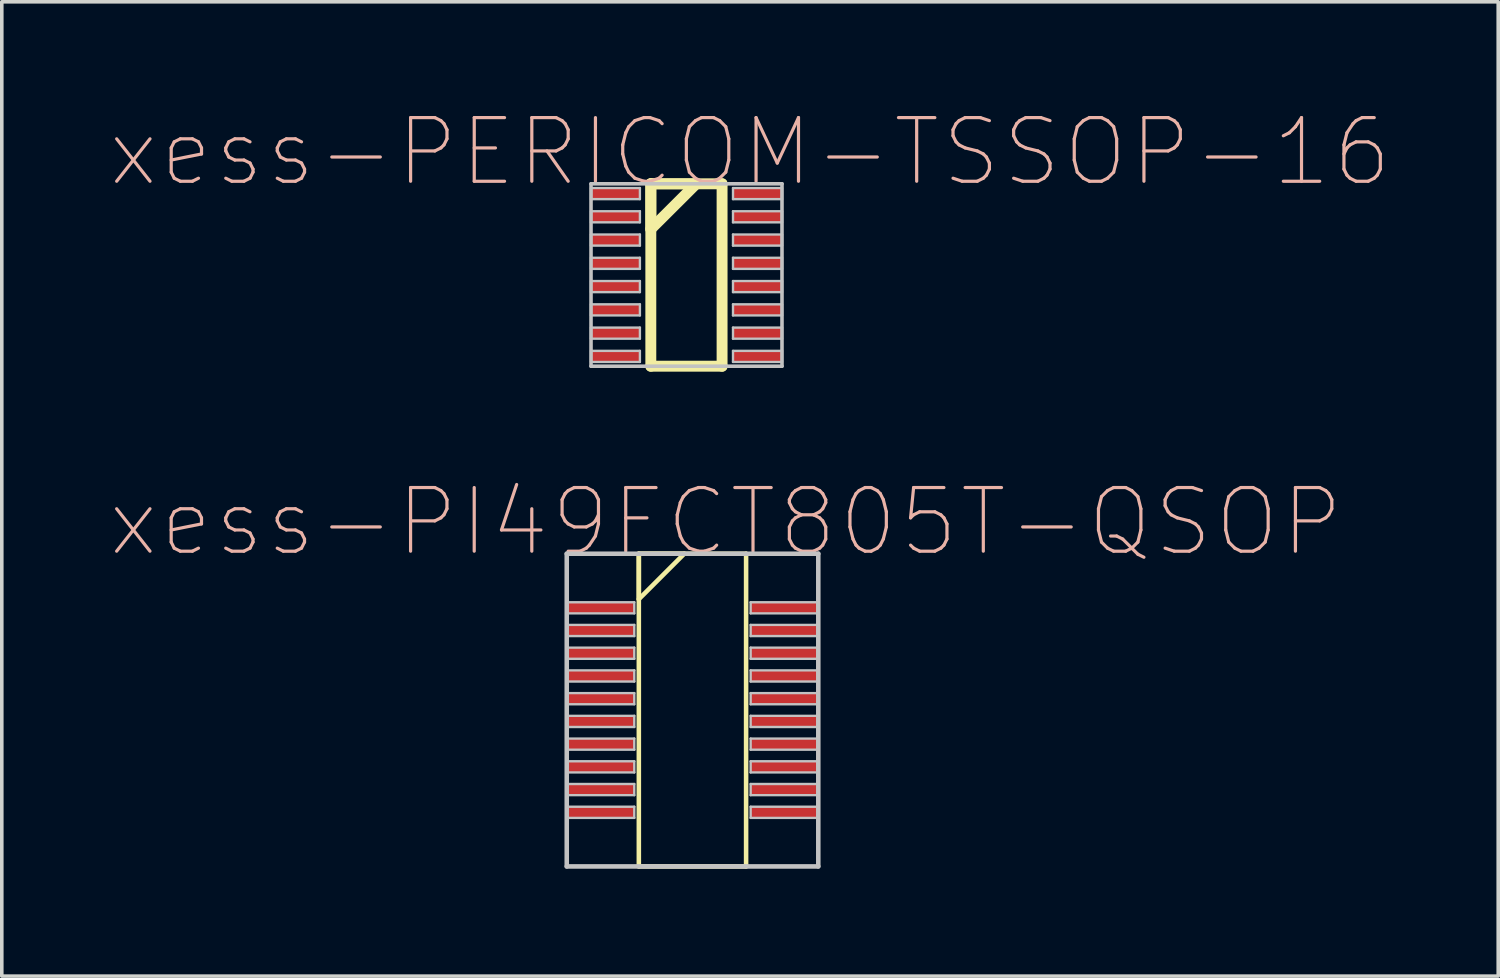
<source format=kicad_pcb>
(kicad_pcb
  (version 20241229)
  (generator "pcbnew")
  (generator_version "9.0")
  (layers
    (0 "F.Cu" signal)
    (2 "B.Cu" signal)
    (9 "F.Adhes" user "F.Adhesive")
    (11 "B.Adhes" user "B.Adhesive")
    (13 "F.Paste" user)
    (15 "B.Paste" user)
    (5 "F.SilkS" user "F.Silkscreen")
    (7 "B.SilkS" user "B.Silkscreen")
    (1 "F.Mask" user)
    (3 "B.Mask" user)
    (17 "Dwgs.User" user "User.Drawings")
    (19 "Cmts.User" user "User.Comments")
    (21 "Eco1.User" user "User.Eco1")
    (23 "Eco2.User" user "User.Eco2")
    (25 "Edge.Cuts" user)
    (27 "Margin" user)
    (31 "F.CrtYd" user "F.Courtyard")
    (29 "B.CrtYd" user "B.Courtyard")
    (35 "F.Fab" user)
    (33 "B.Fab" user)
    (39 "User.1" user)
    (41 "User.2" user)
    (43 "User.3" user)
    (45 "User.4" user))
  (footprint "xess-PI49FCT805T-QSOP"
    (layer "F.Cu")
    (at 13.839 13.932)
    (property "Reference" "xess-PI49FCT805T-QSOP" (at 3.388 -2.4 0) (layer "B.SilkS") (effects (font (size 1.778 1.778) (thickness 0.089))))
    (attr smd)
    (fp_line (start 0.96 -1.511) (end 0.96 -0.241) (stroke (width 0.127) (type solid)) (layer "F.SilkS"))
    (fp_line (start 0.96 -1.511) (end 0.96 7.226) (stroke (width 0.127) (type solid)) (layer "F.SilkS"))
    (fp_line (start 0.96 -0.241) (end 2.23 -1.511) (stroke (width 0.127) (type solid)) (layer "F.SilkS"))
    (fp_line (start 0.96 7.226) (end 3.957 7.226) (stroke (width 0.127) (type solid)) (layer "F.SilkS"))
    (fp_line (start 2.23 -1.511) (end 0.96 -1.511) (stroke (width 0.127) (type solid)) (layer "F.SilkS"))
    (fp_line (start 3.957 -1.511) (end 0.96 -1.511) (stroke (width 0.127) (type solid)) (layer "F.SilkS"))
    (fp_line (start 3.957 7.226) (end 3.957 -1.511) (stroke (width 0.127) (type solid)) (layer "F.SilkS"))
    (fp_line (start -1.054 -1.511) (end -1.054 7.226) (stroke (width 0.127) (type solid)) (layer "Dwgs.User"))
    (fp_line (start -1.054 -0.155) (end 0.833 -0.155) (stroke (width 0.066) (type solid)) (layer "Dwgs.User"))
    (fp_line (start -1.054 0.155) (end -1.054 -0.155) (stroke (width 0.066) (type solid)) (layer "Dwgs.User"))
    (fp_line (start -1.054 0.155) (end 0.833 0.155) (stroke (width 0.066) (type solid)) (layer "Dwgs.User"))
    (fp_line (start -1.054 0.478) (end 0.833 0.478) (stroke (width 0.066) (type solid)) (layer "Dwgs.User"))
    (fp_line (start -1.054 0.79) (end -1.054 0.478) (stroke (width 0.066) (type solid)) (layer "Dwgs.User"))
    (fp_line (start -1.054 0.79) (end 0.833 0.79) (stroke (width 0.066) (type solid)) (layer "Dwgs.User"))
    (fp_line (start -1.054 1.113) (end 0.833 1.113) (stroke (width 0.066) (type solid)) (layer "Dwgs.User"))
    (fp_line (start -1.054 1.425) (end -1.054 1.113) (stroke (width 0.066) (type solid)) (layer "Dwgs.User"))
    (fp_line (start -1.054 1.425) (end 0.833 1.425) (stroke (width 0.066) (type solid)) (layer "Dwgs.User"))
    (fp_line (start -1.054 1.748) (end 0.833 1.748) (stroke (width 0.066) (type solid)) (layer "Dwgs.User"))
    (fp_line (start -1.054 2.06) (end -1.054 1.748) (stroke (width 0.066) (type solid)) (layer "Dwgs.User"))
    (fp_line (start -1.054 2.06) (end 0.833 2.06) (stroke (width 0.066) (type solid)) (layer "Dwgs.User"))
    (fp_line (start -1.054 2.383) (end 0.833 2.383) (stroke (width 0.066) (type solid)) (layer "Dwgs.User"))
    (fp_line (start -1.054 2.695) (end -1.054 2.383) (stroke (width 0.066) (type solid)) (layer "Dwgs.User"))
    (fp_line (start -1.054 2.695) (end 0.833 2.695) (stroke (width 0.066) (type solid)) (layer "Dwgs.User"))
    (fp_line (start -1.054 3.018) (end 0.833 3.018) (stroke (width 0.066) (type solid)) (layer "Dwgs.User"))
    (fp_line (start -1.054 3.33) (end -1.054 3.018) (stroke (width 0.066) (type solid)) (layer "Dwgs.User"))
    (fp_line (start -1.054 3.33) (end 0.833 3.33) (stroke (width 0.066) (type solid)) (layer "Dwgs.User"))
    (fp_line (start -1.054 3.653) (end 0.833 3.653) (stroke (width 0.066) (type solid)) (layer "Dwgs.User"))
    (fp_line (start -1.054 3.965) (end -1.054 3.653) (stroke (width 0.066) (type solid)) (layer "Dwgs.User"))
    (fp_line (start -1.054 3.965) (end 0.833 3.965) (stroke (width 0.066) (type solid)) (layer "Dwgs.User"))
    (fp_line (start -1.054 4.288) (end 0.833 4.288) (stroke (width 0.066) (type solid)) (layer "Dwgs.User"))
    (fp_line (start -1.054 4.6) (end -1.054 4.288) (stroke (width 0.066) (type solid)) (layer "Dwgs.User"))
    (fp_line (start -1.054 4.6) (end 0.833 4.6) (stroke (width 0.066) (type solid)) (layer "Dwgs.User"))
    (fp_line (start -1.054 4.923) (end 0.833 4.923) (stroke (width 0.066) (type solid)) (layer "Dwgs.User"))
    (fp_line (start -1.054 5.235) (end -1.054 4.923) (stroke (width 0.066) (type solid)) (layer "Dwgs.User"))
    (fp_line (start -1.054 5.235) (end 0.833 5.235) (stroke (width 0.066) (type solid)) (layer "Dwgs.User"))
    (fp_line (start -1.054 5.558) (end 0.833 5.558) (stroke (width 0.066) (type solid)) (layer "Dwgs.User"))
    (fp_line (start -1.054 5.87) (end -1.054 5.558) (stroke (width 0.066) (type solid)) (layer "Dwgs.User"))
    (fp_line (start -1.054 5.87) (end 0.833 5.87) (stroke (width 0.066) (type solid)) (layer "Dwgs.User"))
    (fp_line (start -1.054 7.226) (end 5.974 7.226) (stroke (width 0.127) (type solid)) (layer "Dwgs.User"))
    (fp_line (start 0.833 0.155) (end 0.833 -0.155) (stroke (width 0.066) (type solid)) (layer "Dwgs.User"))
    (fp_line (start 0.833 0.79) (end 0.833 0.478) (stroke (width 0.066) (type solid)) (layer "Dwgs.User"))
    (fp_line (start 0.833 1.425) (end 0.833 1.113) (stroke (width 0.066) (type solid)) (layer "Dwgs.User"))
    (fp_line (start 0.833 2.06) (end 0.833 1.748) (stroke (width 0.066) (type solid)) (layer "Dwgs.User"))
    (fp_line (start 0.833 2.695) (end 0.833 2.383) (stroke (width 0.066) (type solid)) (layer "Dwgs.User"))
    (fp_line (start 0.833 3.33) (end 0.833 3.018) (stroke (width 0.066) (type solid)) (layer "Dwgs.User"))
    (fp_line (start 0.833 3.965) (end 0.833 3.653) (stroke (width 0.066) (type solid)) (layer "Dwgs.User"))
    (fp_line (start 0.833 4.6) (end 0.833 4.288) (stroke (width 0.066) (type solid)) (layer "Dwgs.User"))
    (fp_line (start 0.833 5.235) (end 0.833 4.923) (stroke (width 0.066) (type solid)) (layer "Dwgs.User"))
    (fp_line (start 0.833 5.87) (end 0.833 5.558) (stroke (width 0.066) (type solid)) (layer "Dwgs.User"))
    (fp_line (start 4.084 -0.155) (end 5.974 -0.155) (stroke (width 0.066) (type solid)) (layer "Dwgs.User"))
    (fp_line (start 4.084 0.155) (end 4.084 -0.155) (stroke (width 0.066) (type solid)) (layer "Dwgs.User"))
    (fp_line (start 4.084 0.155) (end 5.974 0.155) (stroke (width 0.066) (type solid)) (layer "Dwgs.User"))
    (fp_line (start 4.084 0.478) (end 5.974 0.478) (stroke (width 0.066) (type solid)) (layer "Dwgs.User"))
    (fp_line (start 4.084 0.79) (end 4.084 0.478) (stroke (width 0.066) (type solid)) (layer "Dwgs.User"))
    (fp_line (start 4.084 0.79) (end 5.974 0.79) (stroke (width 0.066) (type solid)) (layer "Dwgs.User"))
    (fp_line (start 4.084 1.113) (end 5.974 1.113) (stroke (width 0.066) (type solid)) (layer "Dwgs.User"))
    (fp_line (start 4.084 1.425) (end 4.084 1.113) (stroke (width 0.066) (type solid)) (layer "Dwgs.User"))
    (fp_line (start 4.084 1.425) (end 5.974 1.425) (stroke (width 0.066) (type solid)) (layer "Dwgs.User"))
    (fp_line (start 4.084 1.748) (end 5.974 1.748) (stroke (width 0.066) (type solid)) (layer "Dwgs.User"))
    (fp_line (start 4.084 2.06) (end 4.084 1.748) (stroke (width 0.066) (type solid)) (layer "Dwgs.User"))
    (fp_line (start 4.084 2.06) (end 5.974 2.06) (stroke (width 0.066) (type solid)) (layer "Dwgs.User"))
    (fp_line (start 4.084 2.383) (end 5.974 2.383) (stroke (width 0.066) (type solid)) (layer "Dwgs.User"))
    (fp_line (start 4.084 2.695) (end 4.084 2.383) (stroke (width 0.066) (type solid)) (layer "Dwgs.User"))
    (fp_line (start 4.084 2.695) (end 5.974 2.695) (stroke (width 0.066) (type solid)) (layer "Dwgs.User"))
    (fp_line (start 4.084 3.018) (end 5.974 3.018) (stroke (width 0.066) (type solid)) (layer "Dwgs.User"))
    (fp_line (start 4.084 3.33) (end 4.084 3.018) (stroke (width 0.066) (type solid)) (layer "Dwgs.User"))
    (fp_line (start 4.084 3.33) (end 5.974 3.33) (stroke (width 0.066) (type solid)) (layer "Dwgs.User"))
    (fp_line (start 4.084 3.653) (end 5.974 3.653) (stroke (width 0.066) (type solid)) (layer "Dwgs.User"))
    (fp_line (start 4.084 3.965) (end 4.084 3.653) (stroke (width 0.066) (type solid)) (layer "Dwgs.User"))
    (fp_line (start 4.084 3.965) (end 5.974 3.965) (stroke (width 0.066) (type solid)) (layer "Dwgs.User"))
    (fp_line (start 4.084 4.288) (end 5.974 4.288) (stroke (width 0.066) (type solid)) (layer "Dwgs.User"))
    (fp_line (start 4.084 4.6) (end 4.084 4.288) (stroke (width 0.066) (type solid)) (layer "Dwgs.User"))
    (fp_line (start 4.084 4.6) (end 5.974 4.6) (stroke (width 0.066) (type solid)) (layer "Dwgs.User"))
    (fp_line (start 4.084 4.923) (end 5.974 4.923) (stroke (width 0.066) (type solid)) (layer "Dwgs.User"))
    (fp_line (start 4.084 5.235) (end 4.084 4.923) (stroke (width 0.066) (type solid)) (layer "Dwgs.User"))
    (fp_line (start 4.084 5.235) (end 5.974 5.235) (stroke (width 0.066) (type solid)) (layer "Dwgs.User"))
    (fp_line (start 4.084 5.558) (end 5.974 5.558) (stroke (width 0.066) (type solid)) (layer "Dwgs.User"))
    (fp_line (start 4.084 5.87) (end 4.084 5.558) (stroke (width 0.066) (type solid)) (layer "Dwgs.User"))
    (fp_line (start 4.084 5.87) (end 5.974 5.87) (stroke (width 0.066) (type solid)) (layer "Dwgs.User"))
    (fp_line (start 5.974 -1.511) (end -1.054 -1.511) (stroke (width 0.127) (type solid)) (layer "Dwgs.User"))
    (fp_line (start 5.974 0.155) (end 5.974 -0.155) (stroke (width 0.066) (type solid)) (layer "Dwgs.User"))
    (fp_line (start 5.974 0.79) (end 5.974 0.478) (stroke (width 0.066) (type solid)) (layer "Dwgs.User"))
    (fp_line (start 5.974 1.425) (end 5.974 1.113) (stroke (width 0.066) (type solid)) (layer "Dwgs.User"))
    (fp_line (start 5.974 2.06) (end 5.974 1.748) (stroke (width 0.066) (type solid)) (layer "Dwgs.User"))
    (fp_line (start 5.974 2.695) (end 5.974 2.383) (stroke (width 0.066) (type solid)) (layer "Dwgs.User"))
    (fp_line (start 5.974 3.33) (end 5.974 3.018) (stroke (width 0.066) (type solid)) (layer "Dwgs.User"))
    (fp_line (start 5.974 3.965) (end 5.974 3.653) (stroke (width 0.066) (type solid)) (layer "Dwgs.User"))
    (fp_line (start 5.974 4.6) (end 5.974 4.288) (stroke (width 0.066) (type solid)) (layer "Dwgs.User"))
    (fp_line (start 5.974 5.235) (end 5.974 4.923) (stroke (width 0.066) (type solid)) (layer "Dwgs.User"))
    (fp_line (start 5.974 5.87) (end 5.974 5.558) (stroke (width 0.066) (type solid)) (layer "Dwgs.User"))
    (fp_line (start 5.974 7.226) (end 5.974 -1.511) (stroke (width 0.127) (type solid)) (layer "Dwgs.User"))
    (pad "1" smd rect (at -0.109 0) (size 1.89 0.31) (layers "F.Cu" "F.Mask" "F.Paste"))
    (pad "2" smd rect (at -0.109 0.635) (size 1.89 0.31) (layers "F.Cu" "F.Mask" "F.Paste"))
    (pad "3" smd rect (at -0.109 1.27) (size 1.89 0.31) (layers "F.Cu" "F.Mask" "F.Paste"))
    (pad "4" smd rect (at -0.109 1.905) (size 1.89 0.31) (layers "F.Cu" "F.Mask" "F.Paste"))
    (pad "5" smd rect (at -0.109 2.54) (size 1.89 0.31) (layers "F.Cu" "F.Mask" "F.Paste"))
    (pad "6" smd rect (at -0.109 3.175) (size 1.89 0.31) (layers "F.Cu" "F.Mask" "F.Paste"))
    (pad "7" smd rect (at -0.109 3.81) (size 1.89 0.31) (layers "F.Cu" "F.Mask" "F.Paste"))
    (pad "8" smd rect (at -0.109 4.445) (size 1.89 0.31) (layers "F.Cu" "F.Mask" "F.Paste"))
    (pad "9" smd rect (at -0.109 5.08) (size 1.89 0.31) (layers "F.Cu" "F.Mask" "F.Paste"))
    (pad "10" smd rect (at -0.109 5.715) (size 1.89 0.31) (layers "F.Cu" "F.Mask" "F.Paste"))
    (pad "11" smd rect (at 5.029 5.715) (size 1.89 0.31) (layers "F.Cu" "F.Mask" "F.Paste"))
    (pad "12" smd rect (at 5.029 5.08) (size 1.89 0.31) (layers "F.Cu" "F.Mask" "F.Paste"))
    (pad "13" smd rect (at 5.029 4.445) (size 1.89 0.31) (layers "F.Cu" "F.Mask" "F.Paste"))
    (pad "14" smd rect (at 5.029 3.81) (size 1.89 0.31) (layers "F.Cu" "F.Mask" "F.Paste"))
    (pad "15" smd rect (at 5.029 3.175) (size 1.89 0.31) (layers "F.Cu" "F.Mask" "F.Paste"))
    (pad "16" smd rect (at 5.029 2.54) (size 1.89 0.31) (layers "F.Cu" "F.Mask" "F.Paste"))
    (pad "17" smd rect (at 5.029 1.905) (size 1.89 0.31) (layers "F.Cu" "F.Mask" "F.Paste"))
    (pad "18" smd rect (at 5.029 1.27) (size 1.89 0.31) (layers "F.Cu" "F.Mask" "F.Paste"))
    (pad "19" smd rect (at 5.029 0.635) (size 1.89 0.31) (layers "F.Cu" "F.Mask" "F.Paste"))
    (pad "20" smd rect (at 5.029 0) (size 1.89 0.31) (layers "F.Cu" "F.Mask" "F.Paste")))
  (footprint "xess-PERICOM-TSSOP-16"
    (layer "F.Cu")
    (at 14.255 2.359)
    (property "Reference" "xess-PERICOM-TSSOP-16" (at 3.65 -1.163 0) (layer "B.SilkS") (effects (font (size 1.778 1.778) (thickness 0.089))))
    (attr smd)
    (fp_line (start 0.879 -0.274) (end 0.879 0.993) (stroke (width 0.305) (type solid)) (layer "F.SilkS"))
    (fp_line (start 0.879 -0.274) (end 0.879 4.823) (stroke (width 0.305) (type solid)) (layer "F.SilkS"))
    (fp_line (start 0.879 0.993) (end 2.149 -0.274) (stroke (width 0.305) (type solid)) (layer "F.SilkS"))
    (fp_line (start 0.879 4.823) (end 2.87 4.823) (stroke (width 0.305) (type solid)) (layer "F.SilkS"))
    (fp_line (start 2.149 -0.274) (end 0.879 -0.274) (stroke (width 0.305) (type solid)) (layer "F.SilkS"))
    (fp_line (start 2.87 -0.274) (end 0.879 -0.274) (stroke (width 0.305) (type solid)) (layer "F.SilkS"))
    (fp_line (start 2.87 4.823) (end 2.87 -0.274) (stroke (width 0.305) (type solid)) (layer "F.SilkS"))
    (fp_line (start -0.792 -0.274) (end -0.792 4.823) (stroke (width 0.1) (type solid)) (layer "Dwgs.User"))
    (fp_line (start -0.792 -0.155) (end 0.574 -0.155) (stroke (width 0.066) (type solid)) (layer "Dwgs.User"))
    (fp_line (start -0.792 0.155) (end -0.792 -0.155) (stroke (width 0.066) (type solid)) (layer "Dwgs.User"))
    (fp_line (start -0.792 0.155) (end 0.574 0.155) (stroke (width 0.066) (type solid)) (layer "Dwgs.User"))
    (fp_line (start -0.792 0.493) (end 0.574 0.493) (stroke (width 0.066) (type solid)) (layer "Dwgs.User"))
    (fp_line (start -0.792 0.803) (end -0.792 0.493) (stroke (width 0.066) (type solid)) (layer "Dwgs.User"))
    (fp_line (start -0.792 0.803) (end 0.574 0.803) (stroke (width 0.066) (type solid)) (layer "Dwgs.User"))
    (fp_line (start -0.792 1.143) (end 0.574 1.143) (stroke (width 0.066) (type solid)) (layer "Dwgs.User"))
    (fp_line (start -0.792 1.453) (end -0.792 1.143) (stroke (width 0.066) (type solid)) (layer "Dwgs.User"))
    (fp_line (start -0.792 1.453) (end 0.574 1.453) (stroke (width 0.066) (type solid)) (layer "Dwgs.User"))
    (fp_line (start -0.792 1.793) (end 0.574 1.793) (stroke (width 0.066) (type solid)) (layer "Dwgs.User"))
    (fp_line (start -0.792 2.103) (end -0.792 1.793) (stroke (width 0.066) (type solid)) (layer "Dwgs.User"))
    (fp_line (start -0.792 2.103) (end 0.574 2.103) (stroke (width 0.066) (type solid)) (layer "Dwgs.User"))
    (fp_line (start -0.792 2.443) (end 0.574 2.443) (stroke (width 0.066) (type solid)) (layer "Dwgs.User"))
    (fp_line (start -0.792 2.753) (end -0.792 2.443) (stroke (width 0.066) (type solid)) (layer "Dwgs.User"))
    (fp_line (start -0.792 2.753) (end 0.574 2.753) (stroke (width 0.066) (type solid)) (layer "Dwgs.User"))
    (fp_line (start -0.792 3.094) (end 0.574 3.094) (stroke (width 0.066) (type solid)) (layer "Dwgs.User"))
    (fp_line (start -0.792 3.404) (end -0.792 3.094) (stroke (width 0.066) (type solid)) (layer "Dwgs.User"))
    (fp_line (start -0.792 3.404) (end 0.574 3.404) (stroke (width 0.066) (type solid)) (layer "Dwgs.User"))
    (fp_line (start -0.792 3.744) (end 0.574 3.744) (stroke (width 0.066) (type solid)) (layer "Dwgs.User"))
    (fp_line (start -0.792 4.054) (end -0.792 3.744) (stroke (width 0.066) (type solid)) (layer "Dwgs.User"))
    (fp_line (start -0.792 4.054) (end 0.574 4.054) (stroke (width 0.066) (type solid)) (layer "Dwgs.User"))
    (fp_line (start -0.792 4.394) (end 0.574 4.394) (stroke (width 0.066) (type solid)) (layer "Dwgs.User"))
    (fp_line (start -0.792 4.704) (end -0.792 4.394) (stroke (width 0.066) (type solid)) (layer "Dwgs.User"))
    (fp_line (start -0.792 4.704) (end 0.574 4.704) (stroke (width 0.066) (type solid)) (layer "Dwgs.User"))
    (fp_line (start -0.792 4.823) (end 4.544 4.823) (stroke (width 0.1) (type solid)) (layer "Dwgs.User"))
    (fp_line (start 0.574 0.155) (end 0.574 -0.155) (stroke (width 0.066) (type solid)) (layer "Dwgs.User"))
    (fp_line (start 0.574 0.803) (end 0.574 0.493) (stroke (width 0.066) (type solid)) (layer "Dwgs.User"))
    (fp_line (start 0.574 1.453) (end 0.574 1.143) (stroke (width 0.066) (type solid)) (layer "Dwgs.User"))
    (fp_line (start 0.574 2.103) (end 0.574 1.793) (stroke (width 0.066) (type solid)) (layer "Dwgs.User"))
    (fp_line (start 0.574 2.753) (end 0.574 2.443) (stroke (width 0.066) (type solid)) (layer "Dwgs.User"))
    (fp_line (start 0.574 3.404) (end 0.574 3.094) (stroke (width 0.066) (type solid)) (layer "Dwgs.User"))
    (fp_line (start 0.574 4.054) (end 0.574 3.744) (stroke (width 0.066) (type solid)) (layer "Dwgs.User"))
    (fp_line (start 0.574 4.704) (end 0.574 4.394) (stroke (width 0.066) (type solid)) (layer "Dwgs.User"))
    (fp_line (start 3.175 -0.155) (end 4.544 -0.155) (stroke (width 0.066) (type solid)) (layer "Dwgs.User"))
    (fp_line (start 3.175 0.155) (end 3.175 -0.155) (stroke (width 0.066) (type solid)) (layer "Dwgs.User"))
    (fp_line (start 3.175 0.155) (end 4.544 0.155) (stroke (width 0.066) (type solid)) (layer "Dwgs.User"))
    (fp_line (start 3.175 0.493) (end 4.544 0.493) (stroke (width 0.066) (type solid)) (layer "Dwgs.User"))
    (fp_line (start 3.175 0.803) (end 3.175 0.493) (stroke (width 0.066) (type solid)) (layer "Dwgs.User"))
    (fp_line (start 3.175 0.803) (end 4.544 0.803) (stroke (width 0.066) (type solid)) (layer "Dwgs.User"))
    (fp_line (start 3.175 1.143) (end 4.544 1.143) (stroke (width 0.066) (type solid)) (layer "Dwgs.User"))
    (fp_line (start 3.175 1.453) (end 3.175 1.143) (stroke (width 0.066) (type solid)) (layer "Dwgs.User"))
    (fp_line (start 3.175 1.453) (end 4.544 1.453) (stroke (width 0.066) (type solid)) (layer "Dwgs.User"))
    (fp_line (start 3.175 1.793) (end 4.544 1.793) (stroke (width 0.066) (type solid)) (layer "Dwgs.User"))
    (fp_line (start 3.175 2.103) (end 3.175 1.793) (stroke (width 0.066) (type solid)) (layer "Dwgs.User"))
    (fp_line (start 3.175 2.103) (end 4.544 2.103) (stroke (width 0.066) (type solid)) (layer "Dwgs.User"))
    (fp_line (start 3.175 2.443) (end 4.544 2.443) (stroke (width 0.066) (type solid)) (layer "Dwgs.User"))
    (fp_line (start 3.175 2.753) (end 3.175 2.443) (stroke (width 0.066) (type solid)) (layer "Dwgs.User"))
    (fp_line (start 3.175 2.753) (end 4.544 2.753) (stroke (width 0.066) (type solid)) (layer "Dwgs.User"))
    (fp_line (start 3.175 3.094) (end 4.544 3.094) (stroke (width 0.066) (type solid)) (layer "Dwgs.User"))
    (fp_line (start 3.175 3.404) (end 3.175 3.094) (stroke (width 0.066) (type solid)) (layer "Dwgs.User"))
    (fp_line (start 3.175 3.404) (end 4.544 3.404) (stroke (width 0.066) (type solid)) (layer "Dwgs.User"))
    (fp_line (start 3.175 3.744) (end 4.544 3.744) (stroke (width 0.066) (type solid)) (layer "Dwgs.User"))
    (fp_line (start 3.175 4.054) (end 3.175 3.744) (stroke (width 0.066) (type solid)) (layer "Dwgs.User"))
    (fp_line (start 3.175 4.054) (end 4.544 4.054) (stroke (width 0.066) (type solid)) (layer "Dwgs.User"))
    (fp_line (start 3.175 4.394) (end 4.544 4.394) (stroke (width 0.066) (type solid)) (layer "Dwgs.User"))
    (fp_line (start 3.175 4.704) (end 3.175 4.394) (stroke (width 0.066) (type solid)) (layer "Dwgs.User"))
    (fp_line (start 3.175 4.704) (end 4.544 4.704) (stroke (width 0.066) (type solid)) (layer "Dwgs.User"))
    (fp_line (start 4.544 -0.274) (end -0.792 -0.274) (stroke (width 0.1) (type solid)) (layer "Dwgs.User"))
    (fp_line (start 4.544 0.155) (end 4.544 -0.155) (stroke (width 0.066) (type solid)) (layer "Dwgs.User"))
    (fp_line (start 4.544 0.803) (end 4.544 0.493) (stroke (width 0.066) (type solid)) (layer "Dwgs.User"))
    (fp_line (start 4.544 1.453) (end 4.544 1.143) (stroke (width 0.066) (type solid)) (layer "Dwgs.User"))
    (fp_line (start 4.544 2.103) (end 4.544 1.793) (stroke (width 0.066) (type solid)) (layer "Dwgs.User"))
    (fp_line (start 4.544 2.753) (end 4.544 2.443) (stroke (width 0.066) (type solid)) (layer "Dwgs.User"))
    (fp_line (start 4.544 3.404) (end 4.544 3.094) (stroke (width 0.066) (type solid)) (layer "Dwgs.User"))
    (fp_line (start 4.544 4.054) (end 4.544 3.744) (stroke (width 0.066) (type solid)) (layer "Dwgs.User"))
    (fp_line (start 4.544 4.704) (end 4.544 4.394) (stroke (width 0.066) (type solid)) (layer "Dwgs.User"))
    (fp_line (start 4.544 4.823) (end 4.544 -0.274) (stroke (width 0.1) (type solid)) (layer "Dwgs.User"))
    (pad "1" smd rect (at -0.109 0) (size 1.369 0.31) (layers "F.Cu" "F.Mask" "F.Paste"))
    (pad "2" smd rect (at -0.109 0.648) (size 1.369 0.31) (layers "F.Cu" "F.Mask" "F.Paste"))
    (pad "3" smd rect (at -0.109 1.298) (size 1.369 0.31) (layers "F.Cu" "F.Mask" "F.Paste"))
    (pad "4" smd rect (at -0.109 1.948) (size 1.369 0.31) (layers "F.Cu" "F.Mask" "F.Paste"))
    (pad "5" smd rect (at -0.109 2.598) (size 1.369 0.31) (layers "F.Cu" "F.Mask" "F.Paste"))
    (pad "6" smd rect (at -0.109 3.249) (size 1.369 0.31) (layers "F.Cu" "F.Mask" "F.Paste"))
    (pad "7" smd rect (at -0.109 3.899) (size 1.369 0.31) (layers "F.Cu" "F.Mask" "F.Paste"))
    (pad "8" smd rect (at -0.109 4.549) (size 1.369 0.31) (layers "F.Cu" "F.Mask" "F.Paste"))
    (pad "9" smd rect (at 3.858 4.549) (size 1.369 0.31) (layers "F.Cu" "F.Mask" "F.Paste"))
    (pad "10" smd rect (at 3.858 3.899) (size 1.369 0.31) (layers "F.Cu" "F.Mask" "F.Paste"))
    (pad "11" smd rect (at 3.858 3.249) (size 1.369 0.31) (layers "F.Cu" "F.Mask" "F.Paste"))
    (pad "12" smd rect (at 3.858 2.598) (size 1.369 0.31) (layers "F.Cu" "F.Mask" "F.Paste"))
    (pad "13" smd rect (at 3.858 1.948) (size 1.369 0.31) (layers "F.Cu" "F.Mask" "F.Paste"))
    (pad "14" smd rect (at 3.858 1.298) (size 1.369 0.31) (layers "F.Cu" "F.Mask" "F.Paste"))
    (pad "15" smd rect (at 3.858 0.648) (size 1.369 0.31) (layers "F.Cu" "F.Mask" "F.Paste"))
    (pad "16" smd rect (at 3.858 0) (size 1.369 0.31) (layers "F.Cu" "F.Mask" "F.Paste")))
  (gr_rect
    (start -3 -3)
    (end 38.81 24.222)
    (stroke (width 0.1) (type default))
    (fill no)
    (layer "Edge.Cuts")))
</source>
